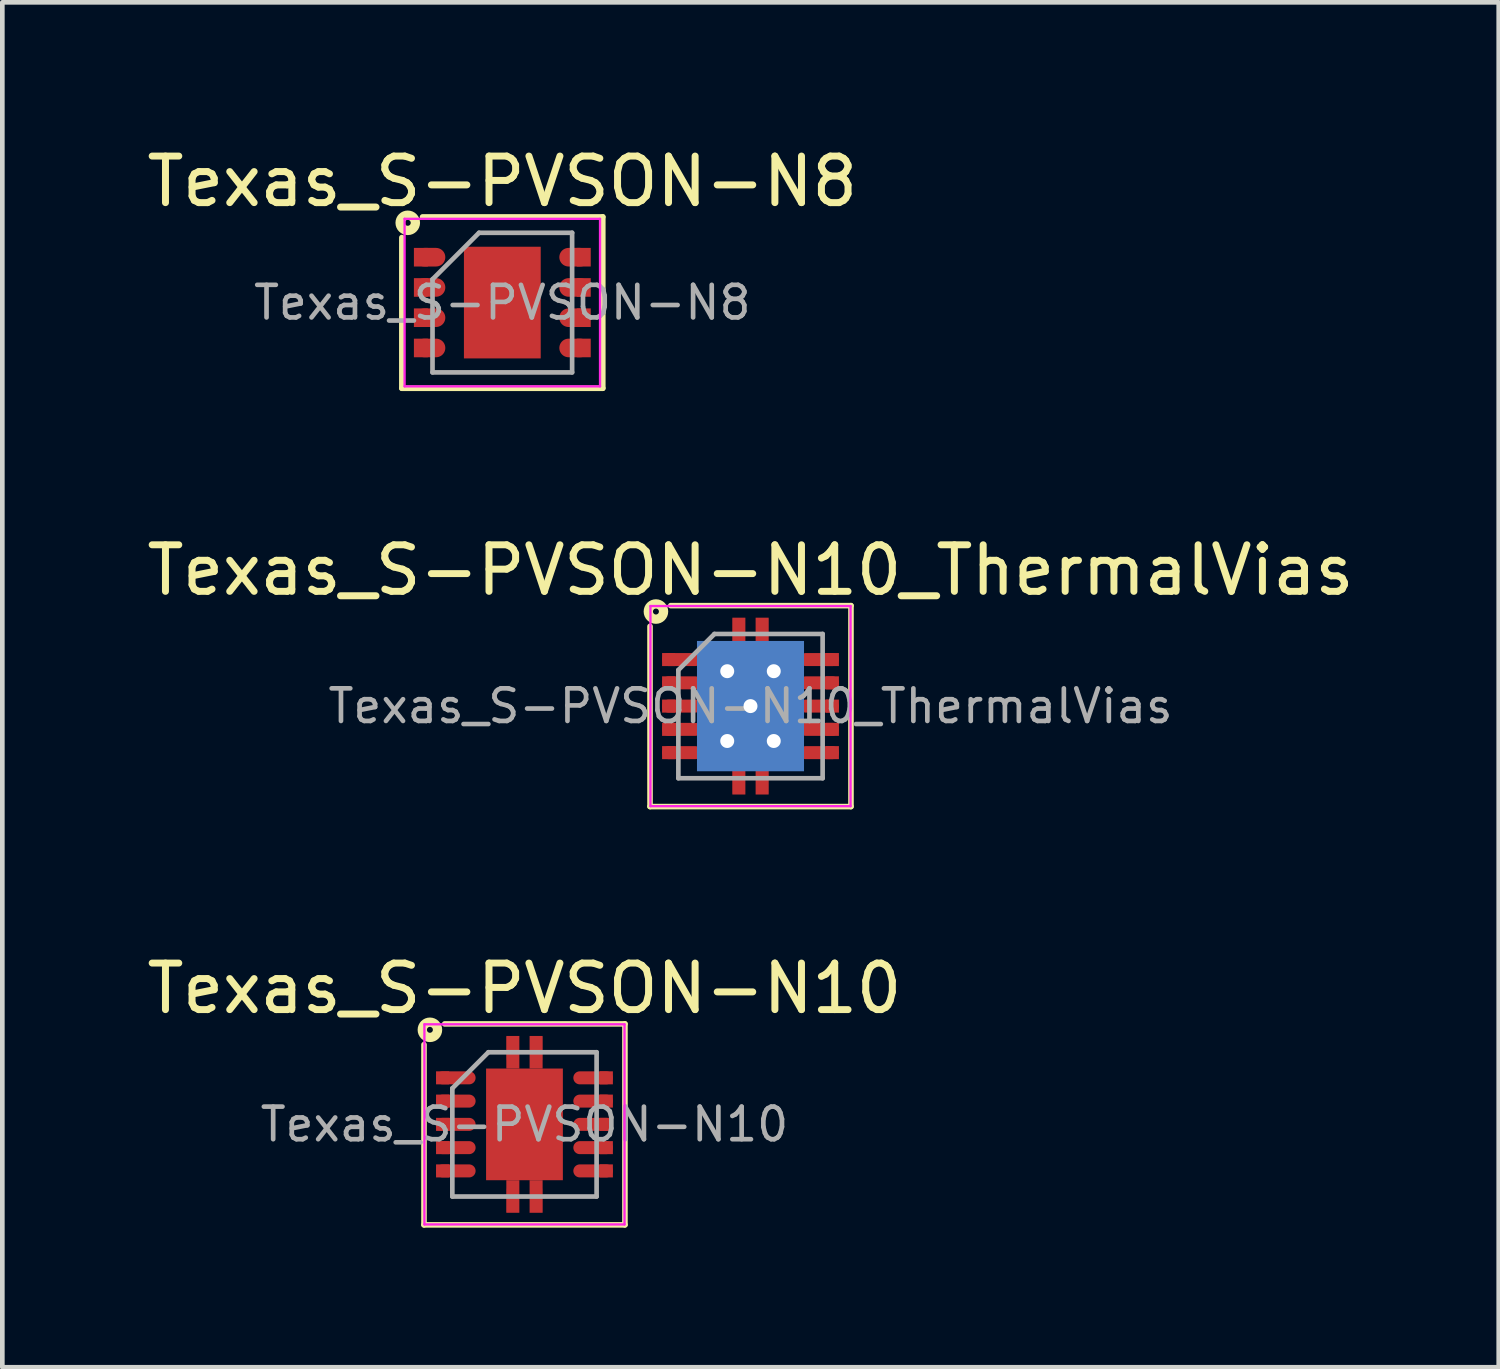
<source format=kicad_pcb>
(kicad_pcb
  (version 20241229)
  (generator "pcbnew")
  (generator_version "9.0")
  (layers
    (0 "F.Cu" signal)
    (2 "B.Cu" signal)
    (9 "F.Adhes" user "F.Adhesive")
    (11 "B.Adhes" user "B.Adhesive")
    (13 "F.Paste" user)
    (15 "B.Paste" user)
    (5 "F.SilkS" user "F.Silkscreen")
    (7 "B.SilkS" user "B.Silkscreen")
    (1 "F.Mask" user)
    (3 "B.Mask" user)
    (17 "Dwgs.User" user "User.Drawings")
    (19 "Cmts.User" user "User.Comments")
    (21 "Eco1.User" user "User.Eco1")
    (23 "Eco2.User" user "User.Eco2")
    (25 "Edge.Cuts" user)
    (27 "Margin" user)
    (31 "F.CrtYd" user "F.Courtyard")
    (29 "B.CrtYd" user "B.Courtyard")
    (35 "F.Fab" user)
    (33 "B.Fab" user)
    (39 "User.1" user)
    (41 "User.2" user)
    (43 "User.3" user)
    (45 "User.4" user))
  (footprint "Texas_S-PVSON-N8"
    (layer "F.Cu")
    (at 7.744 3.452)
    (property "Reference" "Texas_S-PVSON-N8" (at 0 -2.603 0) (layer "F.SilkS") (effects (font (size 1 1) (thickness 0.15))))
    (attr smd)
    (fp_line (start -2.159 1.841) (end -2.159 -1.397) (stroke (width 0.12) (type solid)) (layer "F.SilkS"))
    (fp_line (start -1.714 -1.841) (end 2.159 -1.841) (stroke (width 0.12) (type solid)) (layer "F.SilkS"))
    (fp_line (start 2.159 -1.841) (end 2.159 1.841) (stroke (width 0.12) (type solid)) (layer "F.SilkS"))
    (fp_line (start 2.159 1.841) (end -2.159 1.841) (stroke (width 0.12) (type solid)) (layer "F.SilkS"))
    (fp_circle (center -2.032 -1.714) (end -1.968 -1.714) (stroke (width 0.2) (type solid)) (fill no) (layer "F.SilkS"))
    (fp_line (start -2.1 -1.8) (end -2.1 1.8) (stroke (width 0.05) (type solid)) (layer "F.CrtYd"))
    (fp_line (start -2.1 -1.8) (end 2.1 -1.8) (stroke (width 0.05) (type solid)) (layer "F.CrtYd"))
    (fp_line (start -2.1 1.8) (end 2.1 1.8) (stroke (width 0.05) (type solid)) (layer "F.CrtYd"))
    (fp_line (start 2.1 -1.8) (end 2.1 1.8) (stroke (width 0.05) (type solid)) (layer "F.CrtYd"))
    (fp_line (start -1.5 1.5) (end -1.5 -0.5) (stroke (width 0.1) (type solid)) (layer "F.Fab"))
    (fp_line (start -0.5 -1.5) (end -1.5 -0.5) (stroke (width 0.1) (type solid)) (layer "F.Fab"))
    (fp_line (start -0.5 -1.5) (end 1.5 -1.5) (stroke (width 0.1) (type solid)) (layer "F.Fab"))
    (fp_line (start 1.5 -1.5) (end 1.5 1.5) (stroke (width 0.1) (type solid)) (layer "F.Fab"))
    (fp_line (start 1.5 1.5) (end -1.5 1.5) (stroke (width 0.1) (type solid)) (layer "F.Fab"))
    (fp_text user "${REFERENCE}" (at 0 0 0) (layer "F.Fab") (effects (font (size 0.7 0.7) (thickness 0.1))))
    (pad "1" smd rect (at -1.75 -0.975) (size 0.3 0.4) (layers "F.Cu" "F.Mask" "F.Paste"))
    (pad "1" smd oval (at -1.55 -0.975) (size 0.65 0.4) (layers "F.Cu" "F.Mask" "F.Paste"))
    (pad "2" smd rect (at -1.75 -0.325) (size 0.3 0.4) (layers "F.Cu" "F.Mask" "F.Paste"))
    (pad "2" smd oval (at -1.55 -0.325) (size 0.65 0.4) (layers "F.Cu" "F.Mask" "F.Paste"))
    (pad "3" smd rect (at -1.75 0.325) (size 0.3 0.4) (layers "F.Cu" "F.Mask" "F.Paste"))
    (pad "3" smd oval (at -1.55 0.325) (size 0.65 0.4) (layers "F.Cu" "F.Mask" "F.Paste"))
    (pad "4" smd rect (at -1.75 0.975) (size 0.3 0.4) (layers "F.Cu" "F.Mask" "F.Paste"))
    (pad "4" smd oval (at -1.55 0.975) (size 0.65 0.4) (layers "F.Cu" "F.Mask" "F.Paste"))
    (pad "5" smd oval (at 1.55 0.975) (size 0.65 0.4) (layers "F.Cu" "F.Mask" "F.Paste"))
    (pad "5" smd rect (at 1.75 0.975) (size 0.3 0.4) (layers "F.Cu" "F.Mask" "F.Paste"))
    (pad "6" smd oval (at 1.55 0.325) (size 0.65 0.4) (layers "F.Cu" "F.Mask" "F.Paste"))
    (pad "6" smd rect (at 1.75 0.325) (size 0.3 0.4) (layers "F.Cu" "F.Mask" "F.Paste"))
    (pad "7" smd oval (at 1.55 -0.325) (size 0.65 0.4) (layers "F.Cu" "F.Mask" "F.Paste"))
    (pad "7" smd rect (at 1.75 -0.325) (size 0.3 0.4) (layers "F.Cu" "F.Mask" "F.Paste"))
    (pad "8" smd oval (at 1.55 -0.975) (size 0.65 0.4) (layers "F.Cu" "F.Mask" "F.Paste"))
    (pad "8" smd rect (at 1.75 -0.975) (size 0.3 0.4) (layers "F.Cu" "F.Mask" "F.Paste"))
    (pad "9" smd rect (at -0.45 -0.625) (size 0.65 1) (layers "F.Cu" "F.Mask" "F.Paste"))
    (pad "9" smd rect (at -0.45 0.625) (size 0.65 1) (layers "F.Cu" "F.Mask" "F.Paste"))
    (pad "9" smd rect (at 0 0) (size 1.65 2.4) (layers "F.Cu" "F.Mask"))
    (pad "9" smd rect (at 0.45 -0.625) (size 0.65 1) (layers "F.Cu" "F.Mask" "F.Paste"))
    (pad "9" smd rect (at 0.45 0.625) (size 0.65 1) (layers "F.Cu" "F.Mask" "F.Paste")))
  (footprint "Texas_S-PVSON-N10_ThermalVias"
    (layer "F.Cu")
    (at 13.077 12.123)
    (property "Reference" "Texas_S-PVSON-N10_ThermalVias" (at 0 -2.921 0) (layer "F.SilkS") (effects (font (size 1 1) (thickness 0.15))))
    (attr smd)
    (fp_line (start -2.159 2.159) (end -2.159 -1.714) (stroke (width 0.12) (type solid)) (layer "F.SilkS"))
    (fp_line (start -1.714 -2.159) (end 2.159 -2.159) (stroke (width 0.12) (type solid)) (layer "F.SilkS"))
    (fp_line (start 2.159 -2.159) (end 2.159 2.159) (stroke (width 0.12) (type solid)) (layer "F.SilkS"))
    (fp_line (start 2.159 2.159) (end -2.159 2.159) (stroke (width 0.12) (type solid)) (layer "F.SilkS"))
    (fp_circle (center -2.032 -2.032) (end -1.968 -2.032) (stroke (width 0.2) (type solid)) (fill no) (layer "F.SilkS"))
    (fp_line (start -2.15 -2.15) (end -2.15 2.15) (stroke (width 0.05) (type solid)) (layer "F.CrtYd"))
    (fp_line (start -2.15 -2.15) (end 2.15 -2.15) (stroke (width 0.05) (type solid)) (layer "F.CrtYd"))
    (fp_line (start -2.15 2.15) (end 2.15 2.15) (stroke (width 0.05) (type solid)) (layer "F.CrtYd"))
    (fp_line (start 2.15 -2.15) (end 2.15 2.15) (stroke (width 0.05) (type solid)) (layer "F.CrtYd"))
    (fp_line (start -1.55 1.55) (end -1.55 -0.775) (stroke (width 0.1) (type solid)) (layer "F.Fab"))
    (fp_line (start -0.775 -1.55) (end -1.55 -0.775) (stroke (width 0.1) (type solid)) (layer "F.Fab"))
    (fp_line (start -0.775 -1.55) (end 1.55 -1.55) (stroke (width 0.1) (type solid)) (layer "F.Fab"))
    (fp_line (start 1.55 -1.55) (end 1.55 1.55) (stroke (width 0.1) (type solid)) (layer "F.Fab"))
    (fp_line (start 1.55 1.55) (end -1.55 1.55) (stroke (width 0.1) (type solid)) (layer "F.Fab"))
    (fp_text user "${REFERENCE}" (at 0 0 0) (layer "F.Fab") (effects (font (size 0.7 0.7) (thickness 0.1))))
    (pad "1" smd rect (at -1.76 -1) (size 0.28 0.28) (layers "F.Cu" "F.Mask" "F.Paste"))
    (pad "1" smd oval (at -1.475 -1) (size 0.85 0.28) (layers "F.Cu" "F.Mask" "F.Paste"))
    (pad "2" smd rect (at -1.76 -0.5) (size 0.28 0.28) (layers "F.Cu" "F.Mask" "F.Paste"))
    (pad "2" smd oval (at -1.475 -0.5) (size 0.85 0.28) (layers "F.Cu" "F.Mask" "F.Paste"))
    (pad "3" smd rect (at -1.76 0) (size 0.28 0.28) (layers "F.Cu" "F.Mask" "F.Paste"))
    (pad "3" smd oval (at -1.475 0) (size 0.85 0.28) (layers "F.Cu" "F.Mask" "F.Paste"))
    (pad "4" smd rect (at -1.76 0.5) (size 0.28 0.28) (layers "F.Cu" "F.Mask" "F.Paste"))
    (pad "4" smd oval (at -1.475 0.5) (size 0.85 0.28) (layers "F.Cu" "F.Mask" "F.Paste"))
    (pad "5" smd rect (at -1.76 1) (size 0.28 0.28) (layers "F.Cu" "F.Mask" "F.Paste"))
    (pad "5" smd oval (at -1.475 1) (size 0.85 0.28) (layers "F.Cu" "F.Mask" "F.Paste"))
    (pad "6" smd oval (at 1.475 1) (size 0.85 0.28) (layers "F.Cu" "F.Mask" "F.Paste"))
    (pad "6" smd rect (at 1.76 1) (size 0.28 0.28) (layers "F.Cu" "F.Mask" "F.Paste"))
    (pad "7" smd oval (at 1.475 0.5) (size 0.85 0.28) (layers "F.Cu" "F.Mask" "F.Paste"))
    (pad "7" smd rect (at 1.76 0.5) (size 0.28 0.28) (layers "F.Cu" "F.Mask" "F.Paste"))
    (pad "8" smd oval (at 1.475 0) (size 0.85 0.28) (layers "F.Cu" "F.Mask" "F.Paste"))
    (pad "8" smd rect (at 1.76 0) (size 0.28 0.28) (layers "F.Cu" "F.Mask" "F.Paste"))
    (pad "9" smd oval (at 1.475 -0.5) (size 0.85 0.28) (layers "F.Cu" "F.Mask" "F.Paste"))
    (pad "9" smd rect (at 1.76 -0.5) (size 0.28 0.28) (layers "F.Cu" "F.Mask" "F.Paste"))
    (pad "10" smd oval (at 1.475 -1) (size 0.85 0.28) (layers "F.Cu" "F.Mask" "F.Paste"))
    (pad "10" smd rect (at 1.76 -1) (size 0.28 0.28) (layers "F.Cu" "F.Mask" "F.Paste"))
    (pad "11" thru_hole circle (at -0.5 -0.75) (size 0.6 0.6) (drill 0.3) (layers "*.Cu" "*.Mask"))
    (pad "11" thru_hole circle (at -0.5 0.75) (size 0.6 0.6) (drill 0.3) (layers "*.Cu" "*.Mask"))
    (pad "11" smd rect (at -0.45 -0.635) (size 0.68 1.05) (layers "F.Cu" "F.Mask" "F.Paste"))
    (pad "11" smd rect (at -0.45 0.635) (size 0.68 1.05) (layers "F.Cu" "F.Mask" "F.Paste"))
    (pad "11" smd rect (at -0.25 -1.63) (size 0.26 0.5) (layers "F.Cu" "F.Mask" "F.Paste"))
    (pad "11" smd rect (at -0.25 -1.55) (size 0.28 0.7) (layers "F.Cu" "F.Mask"))
    (pad "11" smd rect (at -0.25 1.55) (size 0.28 0.7) (layers "F.Cu" "F.Mask"))
    (pad "11" smd rect (at -0.25 1.63) (size 0.26 0.5) (layers "F.Cu" "F.Mask" "F.Paste"))
    (pad "11" thru_hole circle (at 0 0) (size 0.6 0.6) (drill 0.3) (layers "*.Cu" "*.Mask"))
    (pad "11" smd rect (at 0 0) (size 1.65 2.4) (layers "F.Cu" "F.Mask"))
    (pad "11" smd rect (at 0 0) (size 2.3 2.8) (layers "B.Cu" "B.Mask"))
    (pad "11" smd rect (at 0.25 -1.63) (size 0.26 0.5) (layers "F.Cu" "F.Mask" "F.Paste"))
    (pad "11" smd rect (at 0.25 -1.55) (size 0.28 0.7) (layers "F.Cu" "F.Mask"))
    (pad "11" smd rect (at 0.25 1.55) (size 0.28 0.7) (layers "F.Cu" "F.Mask"))
    (pad "11" smd rect (at 0.25 1.63) (size 0.26 0.5) (layers "F.Cu" "F.Mask" "F.Paste"))
    (pad "11" smd rect (at 0.45 -0.635) (size 0.68 1.05) (layers "F.Cu" "F.Mask" "F.Paste"))
    (pad "11" smd rect (at 0.45 0.635) (size 0.68 1.05) (layers "F.Cu" "F.Mask" "F.Paste"))
    (pad "11" thru_hole circle (at 0.5 -0.75) (size 0.6 0.6) (drill 0.3) (layers "*.Cu" "*.Mask"))
    (pad "11" thru_hole circle (at 0.5 0.75) (size 0.6 0.6) (drill 0.3) (layers "*.Cu" "*.Mask")))
  (footprint "Texas_S-PVSON-N10"
    (layer "F.Cu")
    (at 8.22 21.111)
    (property "Reference" "Texas_S-PVSON-N10" (at 0 -2.921 0) (layer "F.SilkS") (effects (font (size 1 1) (thickness 0.15))))
    (attr smd)
    (fp_line (start -2.159 2.159) (end -2.159 -1.714) (stroke (width 0.12) (type solid)) (layer "F.SilkS"))
    (fp_line (start -1.714 -2.159) (end 2.159 -2.159) (stroke (width 0.12) (type solid)) (layer "F.SilkS"))
    (fp_line (start 2.159 -2.159) (end 2.159 2.159) (stroke (width 0.12) (type solid)) (layer "F.SilkS"))
    (fp_line (start 2.159 2.159) (end -2.159 2.159) (stroke (width 0.12) (type solid)) (layer "F.SilkS"))
    (fp_circle (center -2.032 -2.032) (end -1.968 -2.032) (stroke (width 0.2) (type solid)) (fill no) (layer "F.SilkS"))
    (fp_line (start -2.15 -2.15) (end -2.15 2.15) (stroke (width 0.05) (type solid)) (layer "F.CrtYd"))
    (fp_line (start -2.15 -2.15) (end 2.15 -2.15) (stroke (width 0.05) (type solid)) (layer "F.CrtYd"))
    (fp_line (start -2.15 2.15) (end 2.15 2.15) (stroke (width 0.05) (type solid)) (layer "F.CrtYd"))
    (fp_line (start 2.15 -2.15) (end 2.15 2.15) (stroke (width 0.05) (type solid)) (layer "F.CrtYd"))
    (fp_line (start -1.55 1.55) (end -1.55 -0.775) (stroke (width 0.1) (type solid)) (layer "F.Fab"))
    (fp_line (start -0.775 -1.55) (end -1.55 -0.775) (stroke (width 0.1) (type solid)) (layer "F.Fab"))
    (fp_line (start -0.775 -1.55) (end 1.55 -1.55) (stroke (width 0.1) (type solid)) (layer "F.Fab"))
    (fp_line (start 1.55 -1.55) (end 1.55 1.55) (stroke (width 0.1) (type solid)) (layer "F.Fab"))
    (fp_line (start 1.55 1.55) (end -1.55 1.55) (stroke (width 0.1) (type solid)) (layer "F.Fab"))
    (fp_text user "${REFERENCE}" (at 0 0 0) (layer "F.Fab") (effects (font (size 0.7 0.7) (thickness 0.1))))
    (pad "1" smd rect (at -1.76 -1) (size 0.28 0.28) (layers "F.Cu" "F.Mask" "F.Paste"))
    (pad "1" smd oval (at -1.475 -1) (size 0.85 0.28) (layers "F.Cu" "F.Mask" "F.Paste"))
    (pad "2" smd rect (at -1.76 -0.5) (size 0.28 0.28) (layers "F.Cu" "F.Mask" "F.Paste"))
    (pad "2" smd oval (at -1.475 -0.5) (size 0.85 0.28) (layers "F.Cu" "F.Mask" "F.Paste"))
    (pad "3" smd rect (at -1.76 0) (size 0.28 0.28) (layers "F.Cu" "F.Mask" "F.Paste"))
    (pad "3" smd oval (at -1.475 0) (size 0.85 0.28) (layers "F.Cu" "F.Mask" "F.Paste"))
    (pad "4" smd rect (at -1.76 0.5) (size 0.28 0.28) (layers "F.Cu" "F.Mask" "F.Paste"))
    (pad "4" smd oval (at -1.475 0.5) (size 0.85 0.28) (layers "F.Cu" "F.Mask" "F.Paste"))
    (pad "5" smd rect (at -1.76 1) (size 0.28 0.28) (layers "F.Cu" "F.Mask" "F.Paste"))
    (pad "5" smd oval (at -1.475 1) (size 0.85 0.28) (layers "F.Cu" "F.Mask" "F.Paste"))
    (pad "6" smd oval (at 1.475 1) (size 0.85 0.28) (layers "F.Cu" "F.Mask" "F.Paste"))
    (pad "6" smd rect (at 1.76 1) (size 0.28 0.28) (layers "F.Cu" "F.Mask" "F.Paste"))
    (pad "7" smd oval (at 1.475 0.5) (size 0.85 0.28) (layers "F.Cu" "F.Mask" "F.Paste"))
    (pad "7" smd rect (at 1.76 0.5) (size 0.28 0.28) (layers "F.Cu" "F.Mask" "F.Paste"))
    (pad "8" smd oval (at 1.475 0) (size 0.85 0.28) (layers "F.Cu" "F.Mask" "F.Paste"))
    (pad "8" smd rect (at 1.76 0) (size 0.28 0.28) (layers "F.Cu" "F.Mask" "F.Paste"))
    (pad "9" smd oval (at 1.475 -0.5) (size 0.85 0.28) (layers "F.Cu" "F.Mask" "F.Paste"))
    (pad "9" smd rect (at 1.76 -0.5) (size 0.28 0.28) (layers "F.Cu" "F.Mask" "F.Paste"))
    (pad "10" smd oval (at 1.475 -1) (size 0.85 0.28) (layers "F.Cu" "F.Mask" "F.Paste"))
    (pad "10" smd rect (at 1.76 -1) (size 0.28 0.28) (layers "F.Cu" "F.Mask" "F.Paste"))
    (pad "11" smd rect (at -0.45 -0.635) (size 0.68 1.05) (layers "F.Cu" "F.Mask" "F.Paste"))
    (pad "11" smd rect (at -0.45 0.635) (size 0.68 1.05) (layers "F.Cu" "F.Mask" "F.Paste"))
    (pad "11" smd rect (at -0.25 -1.63) (size 0.26 0.5) (layers "F.Cu" "F.Mask" "F.Paste"))
    (pad "11" smd rect (at -0.25 -1.55) (size 0.28 0.7) (layers "F.Cu" "F.Mask"))
    (pad "11" smd rect (at -0.25 1.55) (size 0.28 0.7) (layers "F.Cu" "F.Mask"))
    (pad "11" smd rect (at -0.25 1.63) (size 0.26 0.5) (layers "F.Cu" "F.Mask" "F.Paste"))
    (pad "11" smd rect (at 0 0) (size 1.65 2.4) (layers "F.Cu" "F.Mask"))
    (pad "11" smd rect (at 0.25 -1.63) (size 0.26 0.5) (layers "F.Cu" "F.Mask" "F.Paste"))
    (pad "11" smd rect (at 0.25 -1.55) (size 0.28 0.7) (layers "F.Cu" "F.Mask"))
    (pad "11" smd rect (at 0.25 1.55) (size 0.28 0.7) (layers "F.Cu" "F.Mask"))
    (pad "11" smd rect (at 0.25 1.63) (size 0.26 0.5) (layers "F.Cu" "F.Mask" "F.Paste"))
    (pad "11" smd rect (at 0.45 -0.635) (size 0.68 1.05) (layers "F.Cu" "F.Mask" "F.Paste"))
    (pad "11" smd rect (at 0.45 0.635) (size 0.68 1.05) (layers "F.Cu" "F.Mask" "F.Paste")))
  (gr_rect
    (start -3 -3)
    (end 29.155 26.33)
    (stroke (width 0.1) (type default))
    (fill no)
    (layer "Edge.Cuts")))
</source>
